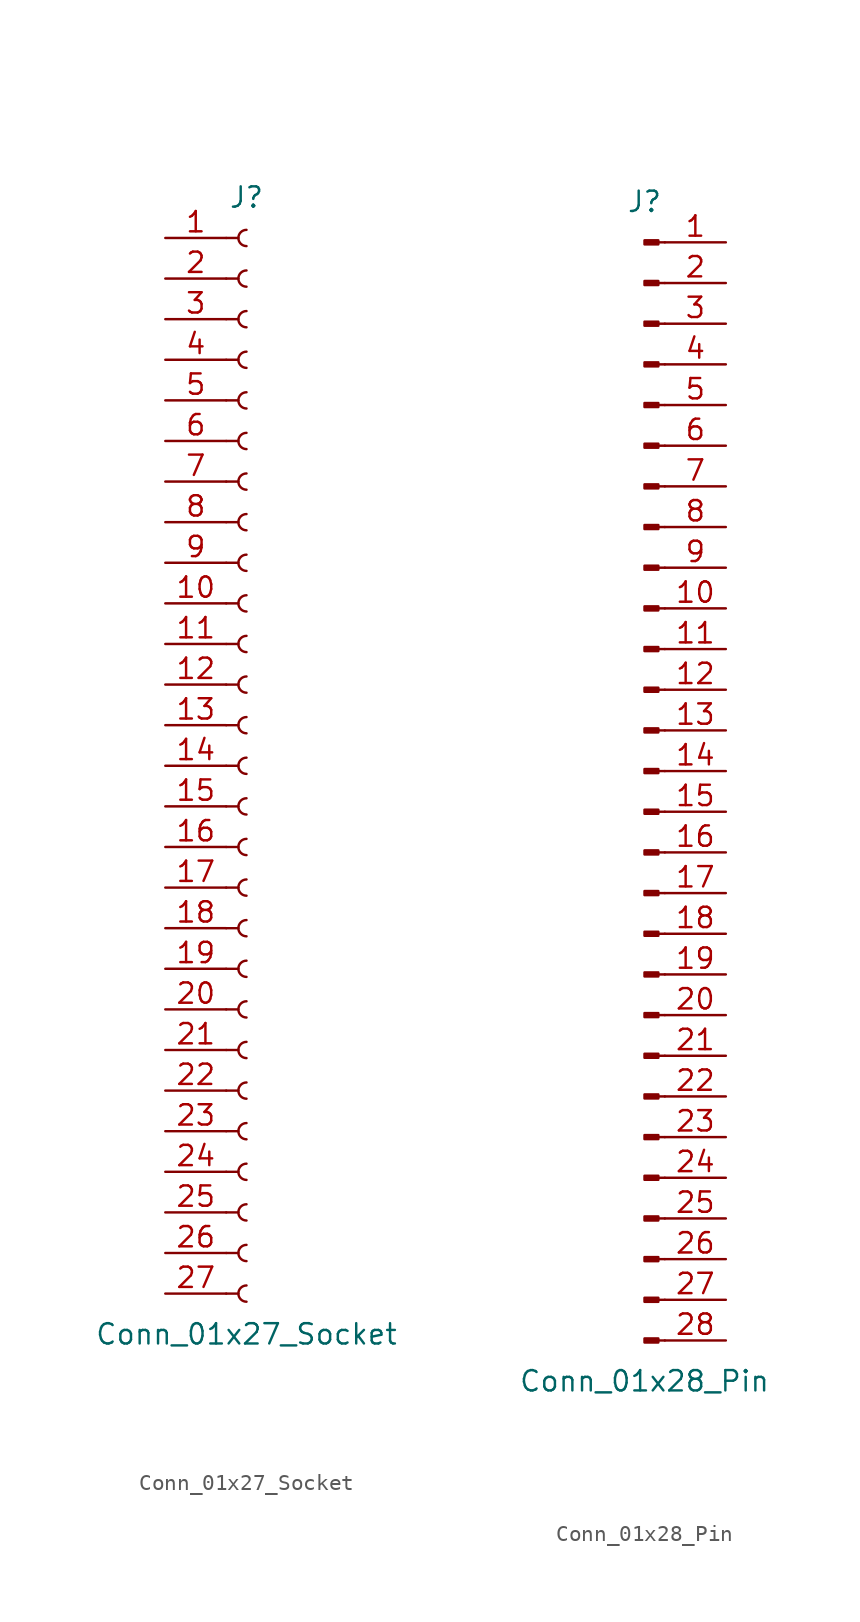
<source format=kicad_sym>
(kicad_symbol_lib
  (version 20241209)
  (generator "kicad_symbol_editor")
  (generator_version "9.0")
  (symbol "Conn_01x27_Socket"
    (pin_names
      (offset 1.016)
      (hide yes))
    (property "Reference" "J"
      (at 0 35.56 0)
      (effects (font (size 1.27 1.27))))
    (property "Value" "Conn_01x27_Socket"
      (at 0 -35.56 0)
      (effects (font (size 1.27 1.27))))
    (property "ki_locked" ""
      (at 0 0 0)
      (effects (font (size 1.27 1.27))))
    (symbol "Conn_01x27_Socket_1_1"
      (polyline (pts (xy -1.27 33.02) (xy -0.508 33.02)) (stroke (width 0.152) (type default)) (fill (type none)))
      (polyline (pts (xy -1.27 30.48) (xy -0.508 30.48)) (stroke (width 0.152) (type default)) (fill (type none)))
      (polyline (pts (xy -1.27 27.94) (xy -0.508 27.94)) (stroke (width 0.152) (type default)) (fill (type none)))
      (polyline (pts (xy -1.27 25.4) (xy -0.508 25.4)) (stroke (width 0.152) (type default)) (fill (type none)))
      (polyline (pts (xy -1.27 22.86) (xy -0.508 22.86)) (stroke (width 0.152) (type default)) (fill (type none)))
      (polyline (pts (xy -1.27 20.32) (xy -0.508 20.32)) (stroke (width 0.152) (type default)) (fill (type none)))
      (polyline (pts (xy -1.27 17.78) (xy -0.508 17.78)) (stroke (width 0.152) (type default)) (fill (type none)))
      (polyline (pts (xy -1.27 15.24) (xy -0.508 15.24)) (stroke (width 0.152) (type default)) (fill (type none)))
      (polyline (pts (xy -1.27 12.7) (xy -0.508 12.7)) (stroke (width 0.152) (type default)) (fill (type none)))
      (polyline (pts (xy -1.27 10.16) (xy -0.508 10.16)) (stroke (width 0.152) (type default)) (fill (type none)))
      (polyline (pts (xy -1.27 7.62) (xy -0.508 7.62)) (stroke (width 0.152) (type default)) (fill (type none)))
      (polyline (pts (xy -1.27 5.08) (xy -0.508 5.08)) (stroke (width 0.152) (type default)) (fill (type none)))
      (polyline (pts (xy -1.27 2.54) (xy -0.508 2.54)) (stroke (width 0.152) (type default)) (fill (type none)))
      (polyline (pts (xy -1.27 0) (xy -0.508 0)) (stroke (width 0.152) (type default)) (fill (type none)))
      (polyline (pts (xy -1.27 -2.54) (xy -0.508 -2.54)) (stroke (width 0.152) (type default)) (fill (type none)))
      (polyline (pts (xy -1.27 -5.08) (xy -0.508 -5.08)) (stroke (width 0.152) (type default)) (fill (type none)))
      (polyline (pts (xy -1.27 -7.62) (xy -0.508 -7.62)) (stroke (width 0.152) (type default)) (fill (type none)))
      (polyline (pts (xy -1.27 -10.16) (xy -0.508 -10.16)) (stroke (width 0.152) (type default)) (fill (type none)))
      (polyline (pts (xy -1.27 -12.7) (xy -0.508 -12.7)) (stroke (width 0.152) (type default)) (fill (type none)))
      (polyline (pts (xy -1.27 -15.24) (xy -0.508 -15.24)) (stroke (width 0.152) (type default)) (fill (type none)))
      (polyline (pts (xy -1.27 -17.78) (xy -0.508 -17.78)) (stroke (width 0.152) (type default)) (fill (type none)))
      (polyline (pts (xy -1.27 -20.32) (xy -0.508 -20.32)) (stroke (width 0.152) (type default)) (fill (type none)))
      (polyline (pts (xy -1.27 -22.86) (xy -0.508 -22.86)) (stroke (width 0.152) (type default)) (fill (type none)))
      (polyline (pts (xy -1.27 -25.4) (xy -0.508 -25.4)) (stroke (width 0.152) (type default)) (fill (type none)))
      (polyline (pts (xy -1.27 -27.94) (xy -0.508 -27.94)) (stroke (width 0.152) (type default)) (fill (type none)))
      (polyline (pts (xy -1.27 -30.48) (xy -0.508 -30.48)) (stroke (width 0.152) (type default)) (fill (type none)))
      (polyline (pts (xy -1.27 -33.02) (xy -0.508 -33.02)) (stroke (width 0.152) (type default)) (fill (type none)))
      (arc (start 0 32.512) (mid -0.5058 33.02) (end 0 33.528) (stroke (width 0.1524) (type default)) (fill (type none)))
      (arc (start 0 29.972) (mid -0.5058 30.48) (end 0 30.988) (stroke (width 0.1524) (type default)) (fill (type none)))
      (arc (start 0 27.432) (mid -0.5058 27.94) (end 0 28.448) (stroke (width 0.1524) (type default)) (fill (type none)))
      (arc (start 0 24.892) (mid -0.5058 25.4) (end 0 25.908) (stroke (width 0.1524) (type default)) (fill (type none)))
      (arc (start 0 22.352) (mid -0.5058 22.86) (end 0 23.368) (stroke (width 0.1524) (type default)) (fill (type none)))
      (arc (start 0 19.812) (mid -0.5058 20.32) (end 0 20.828) (stroke (width 0.1524) (type default)) (fill (type none)))
      (arc (start 0 17.272) (mid -0.5058 17.78) (end 0 18.288) (stroke (width 0.1524) (type default)) (fill (type none)))
      (arc (start 0 14.732) (mid -0.5058 15.24) (end 0 15.748) (stroke (width 0.1524) (type default)) (fill (type none)))
      (arc (start 0 12.192) (mid -0.5058 12.7) (end 0 13.208) (stroke (width 0.1524) (type default)) (fill (type none)))
      (arc (start 0 9.652) (mid -0.5058 10.16) (end 0 10.668) (stroke (width 0.1524) (type default)) (fill (type none)))
      (arc (start 0 7.112) (mid -0.5058 7.62) (end 0 8.128) (stroke (width 0.1524) (type default)) (fill (type none)))
      (arc (start 0 4.572) (mid -0.5058 5.08) (end 0 5.588) (stroke (width 0.1524) (type default)) (fill (type none)))
      (arc (start 0 2.032) (mid -0.5058 2.54) (end 0 3.048) (stroke (width 0.1524) (type default)) (fill (type none)))
      (arc (start 0 -0.508) (mid -0.5058 0) (end 0 0.508) (stroke (width 0.1524) (type default)) (fill (type none)))
      (arc (start 0 -3.048) (mid -0.5058 -2.54) (end 0 -2.032) (stroke (width 0.1524) (type default)) (fill (type none)))
      (arc (start 0 -5.588) (mid -0.5058 -5.08) (end 0 -4.572) (stroke (width 0.1524) (type default)) (fill (type none)))
      (arc (start 0 -8.128) (mid -0.5058 -7.62) (end 0 -7.112) (stroke (width 0.1524) (type default)) (fill (type none)))
      (arc (start 0 -10.668) (mid -0.5058 -10.16) (end 0 -9.652) (stroke (width 0.1524) (type default)) (fill (type none)))
      (arc (start 0 -13.208) (mid -0.5058 -12.7) (end 0 -12.192) (stroke (width 0.1524) (type default)) (fill (type none)))
      (arc (start 0 -15.748) (mid -0.5058 -15.24) (end 0 -14.732) (stroke (width 0.1524) (type default)) (fill (type none)))
      (arc (start 0 -18.288) (mid -0.5058 -17.78) (end 0 -17.272) (stroke (width 0.1524) (type default)) (fill (type none)))
      (arc (start 0 -20.828) (mid -0.5058 -20.32) (end 0 -19.812) (stroke (width 0.1524) (type default)) (fill (type none)))
      (arc (start 0 -23.368) (mid -0.5058 -22.86) (end 0 -22.352) (stroke (width 0.1524) (type default)) (fill (type none)))
      (arc (start 0 -25.908) (mid -0.5058 -25.4) (end 0 -24.892) (stroke (width 0.1524) (type default)) (fill (type none)))
      (arc (start 0 -28.448) (mid -0.5058 -27.94) (end 0 -27.432) (stroke (width 0.1524) (type default)) (fill (type none)))
      (arc (start 0 -30.988) (mid -0.5058 -30.48) (end 0 -29.972) (stroke (width 0.1524) (type default)) (fill (type none)))
      (arc (start 0 -33.528) (mid -0.5058 -33.02) (end 0 -32.512) (stroke (width 0.1524) (type default)) (fill (type none)))
      (pin passive line (at -5.08 33.02 0) (length 3.81) (name "Pin_1" (effects (font (size 1.27 1.27)))) (number "1" (effects (font (size 1.27 1.27)))))
      (pin passive line (at -5.08 30.48 0) (length 3.81) (name "Pin_2" (effects (font (size 1.27 1.27)))) (number "2" (effects (font (size 1.27 1.27)))))
      (pin passive line (at -5.08 27.94 0) (length 3.81) (name "Pin_3" (effects (font (size 1.27 1.27)))) (number "3" (effects (font (size 1.27 1.27)))))
      (pin passive line (at -5.08 25.4 0) (length 3.81) (name "Pin_4" (effects (font (size 1.27 1.27)))) (number "4" (effects (font (size 1.27 1.27)))))
      (pin passive line (at -5.08 22.86 0) (length 3.81) (name "Pin_5" (effects (font (size 1.27 1.27)))) (number "5" (effects (font (size 1.27 1.27)))))
      (pin passive line (at -5.08 20.32 0) (length 3.81) (name "Pin_6" (effects (font (size 1.27 1.27)))) (number "6" (effects (font (size 1.27 1.27)))))
      (pin passive line (at -5.08 17.78 0) (length 3.81) (name "Pin_7" (effects (font (size 1.27 1.27)))) (number "7" (effects (font (size 1.27 1.27)))))
      (pin passive line (at -5.08 15.24 0) (length 3.81) (name "Pin_8" (effects (font (size 1.27 1.27)))) (number "8" (effects (font (size 1.27 1.27)))))
      (pin passive line (at -5.08 12.7 0) (length 3.81) (name "Pin_9" (effects (font (size 1.27 1.27)))) (number "9" (effects (font (size 1.27 1.27)))))
      (pin passive line (at -5.08 10.16 0) (length 3.81) (name "Pin_10" (effects (font (size 1.27 1.27)))) (number "10" (effects (font (size 1.27 1.27)))))
      (pin passive line (at -5.08 7.62 0) (length 3.81) (name "Pin_11" (effects (font (size 1.27 1.27)))) (number "11" (effects (font (size 1.27 1.27)))))
      (pin passive line (at -5.08 5.08 0) (length 3.81) (name "Pin_12" (effects (font (size 1.27 1.27)))) (number "12" (effects (font (size 1.27 1.27)))))
      (pin passive line (at -5.08 2.54 0) (length 3.81) (name "Pin_13" (effects (font (size 1.27 1.27)))) (number "13" (effects (font (size 1.27 1.27)))))
      (pin passive line (at -5.08 0 0) (length 3.81) (name "Pin_14" (effects (font (size 1.27 1.27)))) (number "14" (effects (font (size 1.27 1.27)))))
      (pin passive line (at -5.08 -2.54 0) (length 3.81) (name "Pin_15" (effects (font (size 1.27 1.27)))) (number "15" (effects (font (size 1.27 1.27)))))
      (pin passive line (at -5.08 -5.08 0) (length 3.81) (name "Pin_16" (effects (font (size 1.27 1.27)))) (number "16" (effects (font (size 1.27 1.27)))))
      (pin passive line (at -5.08 -7.62 0) (length 3.81) (name "Pin_17" (effects (font (size 1.27 1.27)))) (number "17" (effects (font (size 1.27 1.27)))))
      (pin passive line (at -5.08 -10.16 0) (length 3.81) (name "Pin_18" (effects (font (size 1.27 1.27)))) (number "18" (effects (font (size 1.27 1.27)))))
      (pin passive line (at -5.08 -12.7 0) (length 3.81) (name "Pin_19" (effects (font (size 1.27 1.27)))) (number "19" (effects (font (size 1.27 1.27)))))
      (pin passive line (at -5.08 -15.24 0) (length 3.81) (name "Pin_20" (effects (font (size 1.27 1.27)))) (number "20" (effects (font (size 1.27 1.27)))))
      (pin passive line (at -5.08 -17.78 0) (length 3.81) (name "Pin_21" (effects (font (size 1.27 1.27)))) (number "21" (effects (font (size 1.27 1.27)))))
      (pin passive line (at -5.08 -20.32 0) (length 3.81) (name "Pin_22" (effects (font (size 1.27 1.27)))) (number "22" (effects (font (size 1.27 1.27)))))
      (pin passive line (at -5.08 -22.86 0) (length 3.81) (name "Pin_23" (effects (font (size 1.27 1.27)))) (number "23" (effects (font (size 1.27 1.27)))))
      (pin passive line (at -5.08 -25.4 0) (length 3.81) (name "Pin_24" (effects (font (size 1.27 1.27)))) (number "24" (effects (font (size 1.27 1.27)))))
      (pin passive line (at -5.08 -27.94 0) (length 3.81) (name "Pin_25" (effects (font (size 1.27 1.27)))) (number "25" (effects (font (size 1.27 1.27)))))
      (pin passive line (at -5.08 -30.48 0) (length 3.81) (name "Pin_26" (effects (font (size 1.27 1.27)))) (number "26" (effects (font (size 1.27 1.27)))))
      (pin passive line (at -5.08 -33.02 0) (length 3.81) (name "Pin_27" (effects (font (size 1.27 1.27)))) (number "27" (effects (font (size 1.27 1.27)))))))
  (symbol "Conn_01x28_Pin"
    (pin_names
      (offset 1.016)
      (hide yes))
    (property "Reference" "J"
      (at 0 35.56 0)
      (effects (font (size 1.27 1.27))))
    (property "Value" "Conn_01x28_Pin"
      (at 0 -38.1 0)
      (effects (font (size 1.27 1.27))))
    (property "ki_locked" ""
      (at 0 0 0)
      (effects (font (size 1.27 1.27))))
    (symbol "Conn_01x28_Pin_1_1"
      (rectangle (start 0.864 33.147) (end 0 32.893) (stroke (width 0.152) (type default)) (fill (type outline)))
      (rectangle (start 0.864 30.607) (end 0 30.353) (stroke (width 0.152) (type default)) (fill (type outline)))
      (rectangle (start 0.864 28.067) (end 0 27.813) (stroke (width 0.152) (type default)) (fill (type outline)))
      (rectangle (start 0.864 25.527) (end 0 25.273) (stroke (width 0.152) (type default)) (fill (type outline)))
      (rectangle (start 0.864 22.987) (end 0 22.733) (stroke (width 0.152) (type default)) (fill (type outline)))
      (rectangle (start 0.864 20.447) (end 0 20.193) (stroke (width 0.152) (type default)) (fill (type outline)))
      (rectangle (start 0.864 17.907) (end 0 17.653) (stroke (width 0.152) (type default)) (fill (type outline)))
      (rectangle (start 0.864 15.367) (end 0 15.113) (stroke (width 0.152) (type default)) (fill (type outline)))
      (rectangle (start 0.864 12.827) (end 0 12.573) (stroke (width 0.152) (type default)) (fill (type outline)))
      (rectangle (start 0.864 10.287) (end 0 10.033) (stroke (width 0.152) (type default)) (fill (type outline)))
      (rectangle (start 0.864 7.747) (end 0 7.493) (stroke (width 0.152) (type default)) (fill (type outline)))
      (rectangle (start 0.864 5.207) (end 0 4.953) (stroke (width 0.152) (type default)) (fill (type outline)))
      (rectangle (start 0.864 2.667) (end 0 2.413) (stroke (width 0.152) (type default)) (fill (type outline)))
      (rectangle (start 0.864 0.127) (end 0 -0.127) (stroke (width 0.152) (type default)) (fill (type outline)))
      (rectangle (start 0.864 -2.413) (end 0 -2.667) (stroke (width 0.152) (type default)) (fill (type outline)))
      (rectangle (start 0.864 -4.953) (end 0 -5.207) (stroke (width 0.152) (type default)) (fill (type outline)))
      (rectangle (start 0.864 -7.493) (end 0 -7.747) (stroke (width 0.152) (type default)) (fill (type outline)))
      (rectangle (start 0.864 -10.033) (end 0 -10.287) (stroke (width 0.152) (type default)) (fill (type outline)))
      (rectangle (start 0.864 -12.573) (end 0 -12.827) (stroke (width 0.152) (type default)) (fill (type outline)))
      (rectangle (start 0.864 -15.113) (end 0 -15.367) (stroke (width 0.152) (type default)) (fill (type outline)))
      (rectangle (start 0.864 -17.653) (end 0 -17.907) (stroke (width 0.152) (type default)) (fill (type outline)))
      (rectangle (start 0.864 -20.193) (end 0 -20.447) (stroke (width 0.152) (type default)) (fill (type outline)))
      (rectangle (start 0.864 -22.733) (end 0 -22.987) (stroke (width 0.152) (type default)) (fill (type outline)))
      (rectangle (start 0.864 -25.273) (end 0 -25.527) (stroke (width 0.152) (type default)) (fill (type outline)))
      (rectangle (start 0.864 -27.813) (end 0 -28.067) (stroke (width 0.152) (type default)) (fill (type outline)))
      (rectangle (start 0.864 -30.353) (end 0 -30.607) (stroke (width 0.152) (type default)) (fill (type outline)))
      (rectangle (start 0.864 -32.893) (end 0 -33.147) (stroke (width 0.152) (type default)) (fill (type outline)))
      (rectangle (start 0.864 -35.433) (end 0 -35.687) (stroke (width 0.152) (type default)) (fill (type outline)))
      (polyline (pts (xy 1.27 33.02) (xy 0.864 33.02)) (stroke (width 0.152) (type default)) (fill (type none)))
      (polyline (pts (xy 1.27 30.48) (xy 0.864 30.48)) (stroke (width 0.152) (type default)) (fill (type none)))
      (polyline (pts (xy 1.27 27.94) (xy 0.864 27.94)) (stroke (width 0.152) (type default)) (fill (type none)))
      (polyline (pts (xy 1.27 25.4) (xy 0.864 25.4)) (stroke (width 0.152) (type default)) (fill (type none)))
      (polyline (pts (xy 1.27 22.86) (xy 0.864 22.86)) (stroke (width 0.152) (type default)) (fill (type none)))
      (polyline (pts (xy 1.27 20.32) (xy 0.864 20.32)) (stroke (width 0.152) (type default)) (fill (type none)))
      (polyline (pts (xy 1.27 17.78) (xy 0.864 17.78)) (stroke (width 0.152) (type default)) (fill (type none)))
      (polyline (pts (xy 1.27 15.24) (xy 0.864 15.24)) (stroke (width 0.152) (type default)) (fill (type none)))
      (polyline (pts (xy 1.27 12.7) (xy 0.864 12.7)) (stroke (width 0.152) (type default)) (fill (type none)))
      (polyline (pts (xy 1.27 10.16) (xy 0.864 10.16)) (stroke (width 0.152) (type default)) (fill (type none)))
      (polyline (pts (xy 1.27 7.62) (xy 0.864 7.62)) (stroke (width 0.152) (type default)) (fill (type none)))
      (polyline (pts (xy 1.27 5.08) (xy 0.864 5.08)) (stroke (width 0.152) (type default)) (fill (type none)))
      (polyline (pts (xy 1.27 2.54) (xy 0.864 2.54)) (stroke (width 0.152) (type default)) (fill (type none)))
      (polyline (pts (xy 1.27 0) (xy 0.864 0)) (stroke (width 0.152) (type default)) (fill (type none)))
      (polyline (pts (xy 1.27 -2.54) (xy 0.864 -2.54)) (stroke (width 0.152) (type default)) (fill (type none)))
      (polyline (pts (xy 1.27 -5.08) (xy 0.864 -5.08)) (stroke (width 0.152) (type default)) (fill (type none)))
      (polyline (pts (xy 1.27 -7.62) (xy 0.864 -7.62)) (stroke (width 0.152) (type default)) (fill (type none)))
      (polyline (pts (xy 1.27 -10.16) (xy 0.864 -10.16)) (stroke (width 0.152) (type default)) (fill (type none)))
      (polyline (pts (xy 1.27 -12.7) (xy 0.864 -12.7)) (stroke (width 0.152) (type default)) (fill (type none)))
      (polyline (pts (xy 1.27 -15.24) (xy 0.864 -15.24)) (stroke (width 0.152) (type default)) (fill (type none)))
      (polyline (pts (xy 1.27 -17.78) (xy 0.864 -17.78)) (stroke (width 0.152) (type default)) (fill (type none)))
      (polyline (pts (xy 1.27 -20.32) (xy 0.864 -20.32)) (stroke (width 0.152) (type default)) (fill (type none)))
      (polyline (pts (xy 1.27 -22.86) (xy 0.864 -22.86)) (stroke (width 0.152) (type default)) (fill (type none)))
      (polyline (pts (xy 1.27 -25.4) (xy 0.864 -25.4)) (stroke (width 0.152) (type default)) (fill (type none)))
      (polyline (pts (xy 1.27 -27.94) (xy 0.864 -27.94)) (stroke (width 0.152) (type default)) (fill (type none)))
      (polyline (pts (xy 1.27 -30.48) (xy 0.864 -30.48)) (stroke (width 0.152) (type default)) (fill (type none)))
      (polyline (pts (xy 1.27 -33.02) (xy 0.864 -33.02)) (stroke (width 0.152) (type default)) (fill (type none)))
      (polyline (pts (xy 1.27 -35.56) (xy 0.864 -35.56)) (stroke (width 0.152) (type default)) (fill (type none)))
      (pin passive line (at 5.08 33.02 180) (length 3.81) (name "Pin_1" (effects (font (size 1.27 1.27)))) (number "1" (effects (font (size 1.27 1.27)))))
      (pin passive line (at 5.08 30.48 180) (length 3.81) (name "Pin_2" (effects (font (size 1.27 1.27)))) (number "2" (effects (font (size 1.27 1.27)))))
      (pin passive line (at 5.08 27.94 180) (length 3.81) (name "Pin_3" (effects (font (size 1.27 1.27)))) (number "3" (effects (font (size 1.27 1.27)))))
      (pin passive line (at 5.08 25.4 180) (length 3.81) (name "Pin_4" (effects (font (size 1.27 1.27)))) (number "4" (effects (font (size 1.27 1.27)))))
      (pin passive line (at 5.08 22.86 180) (length 3.81) (name "Pin_5" (effects (font (size 1.27 1.27)))) (number "5" (effects (font (size 1.27 1.27)))))
      (pin passive line (at 5.08 20.32 180) (length 3.81) (name "Pin_6" (effects (font (size 1.27 1.27)))) (number "6" (effects (font (size 1.27 1.27)))))
      (pin passive line (at 5.08 17.78 180) (length 3.81) (name "Pin_7" (effects (font (size 1.27 1.27)))) (number "7" (effects (font (size 1.27 1.27)))))
      (pin passive line (at 5.08 15.24 180) (length 3.81) (name "Pin_8" (effects (font (size 1.27 1.27)))) (number "8" (effects (font (size 1.27 1.27)))))
      (pin passive line (at 5.08 12.7 180) (length 3.81) (name "Pin_9" (effects (font (size 1.27 1.27)))) (number "9" (effects (font (size 1.27 1.27)))))
      (pin passive line (at 5.08 10.16 180) (length 3.81) (name "Pin_10" (effects (font (size 1.27 1.27)))) (number "10" (effects (font (size 1.27 1.27)))))
      (pin passive line (at 5.08 7.62 180) (length 3.81) (name "Pin_11" (effects (font (size 1.27 1.27)))) (number "11" (effects (font (size 1.27 1.27)))))
      (pin passive line (at 5.08 5.08 180) (length 3.81) (name "Pin_12" (effects (font (size 1.27 1.27)))) (number "12" (effects (font (size 1.27 1.27)))))
      (pin passive line (at 5.08 2.54 180) (length 3.81) (name "Pin_13" (effects (font (size 1.27 1.27)))) (number "13" (effects (font (size 1.27 1.27)))))
      (pin passive line (at 5.08 0 180) (length 3.81) (name "Pin_14" (effects (font (size 1.27 1.27)))) (number "14" (effects (font (size 1.27 1.27)))))
      (pin passive line (at 5.08 -2.54 180) (length 3.81) (name "Pin_15" (effects (font (size 1.27 1.27)))) (number "15" (effects (font (size 1.27 1.27)))))
      (pin passive line (at 5.08 -5.08 180) (length 3.81) (name "Pin_16" (effects (font (size 1.27 1.27)))) (number "16" (effects (font (size 1.27 1.27)))))
      (pin passive line (at 5.08 -7.62 180) (length 3.81) (name "Pin_17" (effects (font (size 1.27 1.27)))) (number "17" (effects (font (size 1.27 1.27)))))
      (pin passive line (at 5.08 -10.16 180) (length 3.81) (name "Pin_18" (effects (font (size 1.27 1.27)))) (number "18" (effects (font (size 1.27 1.27)))))
      (pin passive line (at 5.08 -12.7 180) (length 3.81) (name "Pin_19" (effects (font (size 1.27 1.27)))) (number "19" (effects (font (size 1.27 1.27)))))
      (pin passive line (at 5.08 -15.24 180) (length 3.81) (name "Pin_20" (effects (font (size 1.27 1.27)))) (number "20" (effects (font (size 1.27 1.27)))))
      (pin passive line (at 5.08 -17.78 180) (length 3.81) (name "Pin_21" (effects (font (size 1.27 1.27)))) (number "21" (effects (font (size 1.27 1.27)))))
      (pin passive line (at 5.08 -20.32 180) (length 3.81) (name "Pin_22" (effects (font (size 1.27 1.27)))) (number "22" (effects (font (size 1.27 1.27)))))
      (pin passive line (at 5.08 -22.86 180) (length 3.81) (name "Pin_23" (effects (font (size 1.27 1.27)))) (number "23" (effects (font (size 1.27 1.27)))))
      (pin passive line (at 5.08 -25.4 180) (length 3.81) (name "Pin_24" (effects (font (size 1.27 1.27)))) (number "24" (effects (font (size 1.27 1.27)))))
      (pin passive line (at 5.08 -27.94 180) (length 3.81) (name "Pin_25" (effects (font (size 1.27 1.27)))) (number "25" (effects (font (size 1.27 1.27)))))
      (pin passive line (at 5.08 -30.48 180) (length 3.81) (name "Pin_26" (effects (font (size 1.27 1.27)))) (number "26" (effects (font (size 1.27 1.27)))))
      (pin passive line (at 5.08 -33.02 180) (length 3.81) (name "Pin_27" (effects (font (size 1.27 1.27)))) (number "27" (effects (font (size 1.27 1.27)))))
      (pin passive line (at 5.08 -35.56 180) (length 3.81) (name "Pin_28" (effects (font (size 1.27 1.27)))) (number "28" (effects (font (size 1.27 1.27))))))))
</source>
